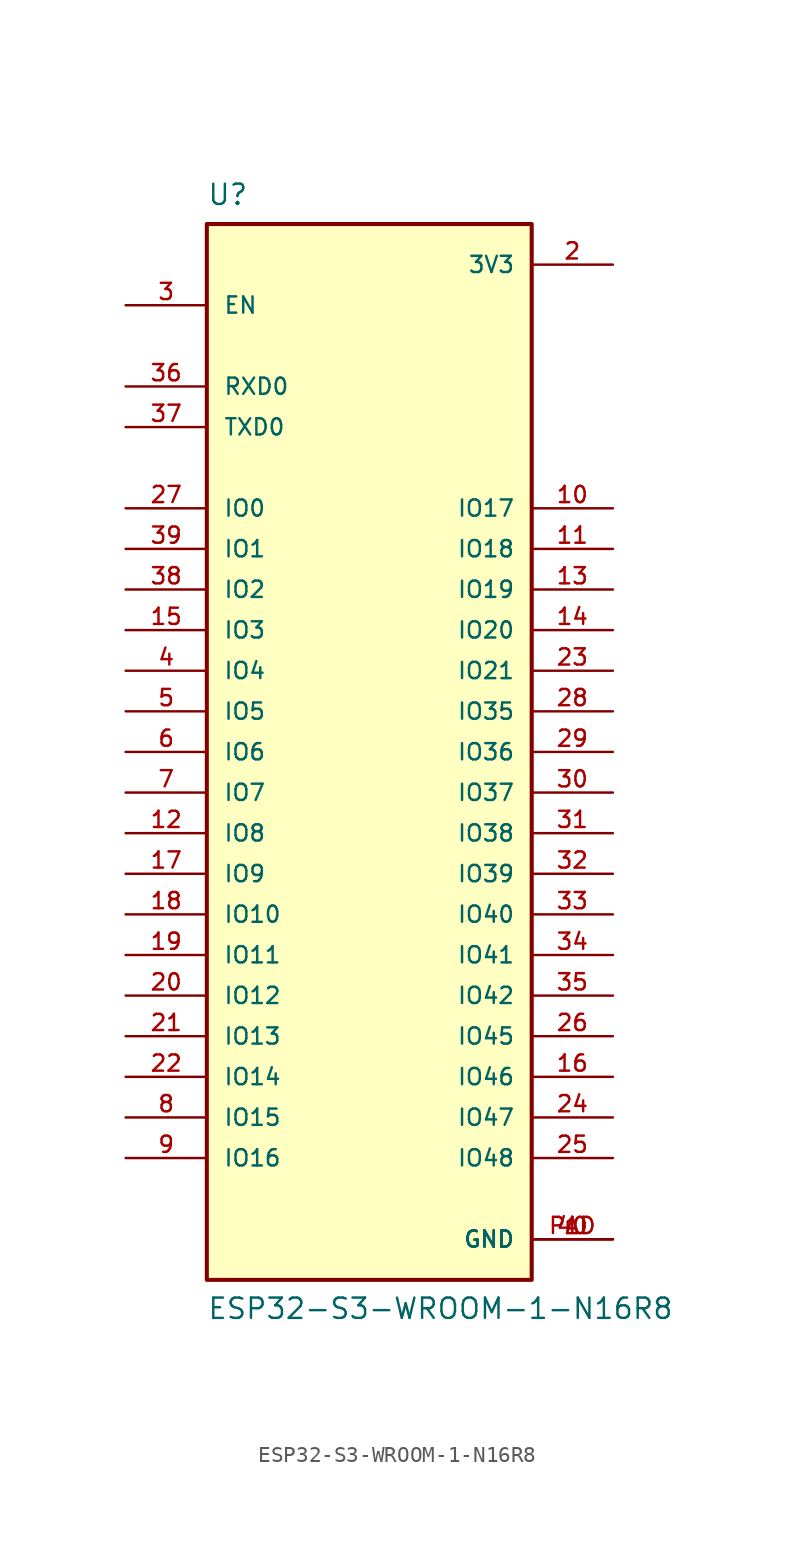
<source format=kicad_sym>
(kicad_symbol_lib
  (version 20220914)
  (generator kicad_symbol_editor)
  (symbol "ESP32-S3-WROOM-1-N16R8"
    (pin_names
      (offset 1.016))
    (property "Reference" "U"
      (at -10.16 34.112 0)
      (effects (font (size 1.27 1.27)) (justify left bottom)))
    (property "Value" "ESP32-S3-WROOM-1-N16R8"
      (at -10.16 -35.56 0)
      (effects (font (size 1.27 1.27)) (justify left bottom)))
    (symbol "ESP32-S3-WROOM-1-N16R8_0_0"
      (rectangle (start -10.16 -33.02) (end 10.16 33.02) (stroke (width 0.254) (type default)) (fill (type background)))
      (pin power_in line (at 15.24 -30.48 180) (length 5.08) (name "GND" (effects (font (size 1.016 1.016)))) (number "1" (effects (font (size 1.016 1.016)))))
      (pin bidirectional line (at 15.24 15.24 180) (length 5.08) (name "IO17" (effects (font (size 1.016 1.016)))) (number "10" (effects (font (size 1.016 1.016)))))
      (pin bidirectional line (at 15.24 12.7 180) (length 5.08) (name "IO18" (effects (font (size 1.016 1.016)))) (number "11" (effects (font (size 1.016 1.016)))))
      (pin bidirectional line (at -15.24 -5.08 0) (length 5.08) (name "IO8" (effects (font (size 1.016 1.016)))) (number "12" (effects (font (size 1.016 1.016)))))
      (pin bidirectional line (at 15.24 10.16 180) (length 5.08) (name "IO19" (effects (font (size 1.016 1.016)))) (number "13" (effects (font (size 1.016 1.016)))))
      (pin bidirectional line (at 15.24 7.62 180) (length 5.08) (name "IO20" (effects (font (size 1.016 1.016)))) (number "14" (effects (font (size 1.016 1.016)))))
      (pin bidirectional line (at -15.24 7.62 0) (length 5.08) (name "IO3" (effects (font (size 1.016 1.016)))) (number "15" (effects (font (size 1.016 1.016)))))
      (pin bidirectional line (at 15.24 -20.32 180) (length 5.08) (name "IO46" (effects (font (size 1.016 1.016)))) (number "16" (effects (font (size 1.016 1.016)))))
      (pin bidirectional line (at -15.24 -7.62 0) (length 5.08) (name "IO9" (effects (font (size 1.016 1.016)))) (number "17" (effects (font (size 1.016 1.016)))))
      (pin bidirectional line (at -15.24 -10.16 0) (length 5.08) (name "IO10" (effects (font (size 1.016 1.016)))) (number "18" (effects (font (size 1.016 1.016)))))
      (pin bidirectional line (at -15.24 -12.7 0) (length 5.08) (name "IO11" (effects (font (size 1.016 1.016)))) (number "19" (effects (font (size 1.016 1.016)))))
      (pin power_in line (at 15.24 30.48 180) (length 5.08) (name "3V3" (effects (font (size 1.016 1.016)))) (number "2" (effects (font (size 1.016 1.016)))))
      (pin bidirectional line (at -15.24 -15.24 0) (length 5.08) (name "IO12" (effects (font (size 1.016 1.016)))) (number "20" (effects (font (size 1.016 1.016)))))
      (pin bidirectional line (at -15.24 -17.78 0) (length 5.08) (name "IO13" (effects (font (size 1.016 1.016)))) (number "21" (effects (font (size 1.016 1.016)))))
      (pin bidirectional line (at -15.24 -20.32 0) (length 5.08) (name "IO14" (effects (font (size 1.016 1.016)))) (number "22" (effects (font (size 1.016 1.016)))))
      (pin bidirectional line (at 15.24 5.08 180) (length 5.08) (name "IO21" (effects (font (size 1.016 1.016)))) (number "23" (effects (font (size 1.016 1.016)))))
      (pin bidirectional line (at 15.24 -22.86 180) (length 5.08) (name "IO47" (effects (font (size 1.016 1.016)))) (number "24" (effects (font (size 1.016 1.016)))))
      (pin bidirectional line (at 15.24 -25.4 180) (length 5.08) (name "IO48" (effects (font (size 1.016 1.016)))) (number "25" (effects (font (size 1.016 1.016)))))
      (pin bidirectional line (at 15.24 -17.78 180) (length 5.08) (name "IO45" (effects (font (size 1.016 1.016)))) (number "26" (effects (font (size 1.016 1.016)))))
      (pin bidirectional line (at -15.24 15.24 0) (length 5.08) (name "IO0" (effects (font (size 1.016 1.016)))) (number "27" (effects (font (size 1.016 1.016)))))
      (pin bidirectional line (at 15.24 2.54 180) (length 5.08) (name "IO35" (effects (font (size 1.016 1.016)))) (number "28" (effects (font (size 1.016 1.016)))))
      (pin bidirectional line (at 15.24 0 180) (length 5.08) (name "IO36" (effects (font (size 1.016 1.016)))) (number "29" (effects (font (size 1.016 1.016)))))
      (pin input line (at -15.24 27.94 0) (length 5.08) (name "EN" (effects (font (size 1.016 1.016)))) (number "3" (effects (font (size 1.016 1.016)))))
      (pin bidirectional line (at 15.24 -2.54 180) (length 5.08) (name "IO37" (effects (font (size 1.016 1.016)))) (number "30" (effects (font (size 1.016 1.016)))))
      (pin bidirectional line (at 15.24 -5.08 180) (length 5.08) (name "IO38" (effects (font (size 1.016 1.016)))) (number "31" (effects (font (size 1.016 1.016)))))
      (pin bidirectional line (at 15.24 -7.62 180) (length 5.08) (name "IO39" (effects (font (size 1.016 1.016)))) (number "32" (effects (font (size 1.016 1.016)))))
      (pin bidirectional line (at 15.24 -10.16 180) (length 5.08) (name "IO40" (effects (font (size 1.016 1.016)))) (number "33" (effects (font (size 1.016 1.016)))))
      (pin bidirectional line (at 15.24 -12.7 180) (length 5.08) (name "IO41" (effects (font (size 1.016 1.016)))) (number "34" (effects (font (size 1.016 1.016)))))
      (pin bidirectional line (at 15.24 -15.24 180) (length 5.08) (name "IO42" (effects (font (size 1.016 1.016)))) (number "35" (effects (font (size 1.016 1.016)))))
      (pin bidirectional line (at -15.24 22.86 0) (length 5.08) (name "RXD0" (effects (font (size 1.016 1.016)))) (number "36" (effects (font (size 1.016 1.016)))))
      (pin bidirectional line (at -15.24 20.32 0) (length 5.08) (name "TXD0" (effects (font (size 1.016 1.016)))) (number "37" (effects (font (size 1.016 1.016)))))
      (pin bidirectional line (at -15.24 10.16 0) (length 5.08) (name "IO2" (effects (font (size 1.016 1.016)))) (number "38" (effects (font (size 1.016 1.016)))))
      (pin bidirectional line (at -15.24 12.7 0) (length 5.08) (name "IO1" (effects (font (size 1.016 1.016)))) (number "39" (effects (font (size 1.016 1.016)))))
      (pin bidirectional line (at -15.24 5.08 0) (length 5.08) (name "IO4" (effects (font (size 1.016 1.016)))) (number "4" (effects (font (size 1.016 1.016)))))
      (pin bidirectional line (at -15.24 2.54 0) (length 5.08) (name "IO5" (effects (font (size 1.016 1.016)))) (number "5" (effects (font (size 1.016 1.016)))))
      (pin bidirectional line (at -15.24 0 0) (length 5.08) (name "IO6" (effects (font (size 1.016 1.016)))) (number "6" (effects (font (size 1.016 1.016)))))
      (pin bidirectional line (at -15.24 -2.54 0) (length 5.08) (name "IO7" (effects (font (size 1.016 1.016)))) (number "7" (effects (font (size 1.016 1.016)))))
      (pin bidirectional line (at -15.24 -22.86 0) (length 5.08) (name "IO15" (effects (font (size 1.016 1.016)))) (number "8" (effects (font (size 1.016 1.016)))))
      (pin bidirectional line (at -15.24 -25.4 0) (length 5.08) (name "IO16" (effects (font (size 1.016 1.016)))) (number "9" (effects (font (size 1.016 1.016))))))
    (symbol "ESP32-S3-WROOM-1-N16R8_1_0"
      (pin power_in line (at 15.24 -30.48 180) (length 5.08) (name "GND" (effects (font (size 1.016 1.016)))) (number "40" (effects (font (size 1.016 1.016)))))
      (pin power_in line (at 15.24 -30.48 180) (length 5.08) (name "GND" (effects (font (size 1.016 1.016)))) (number "PAD" (effects (font (size 1.016 1.016))))))))
</source>
